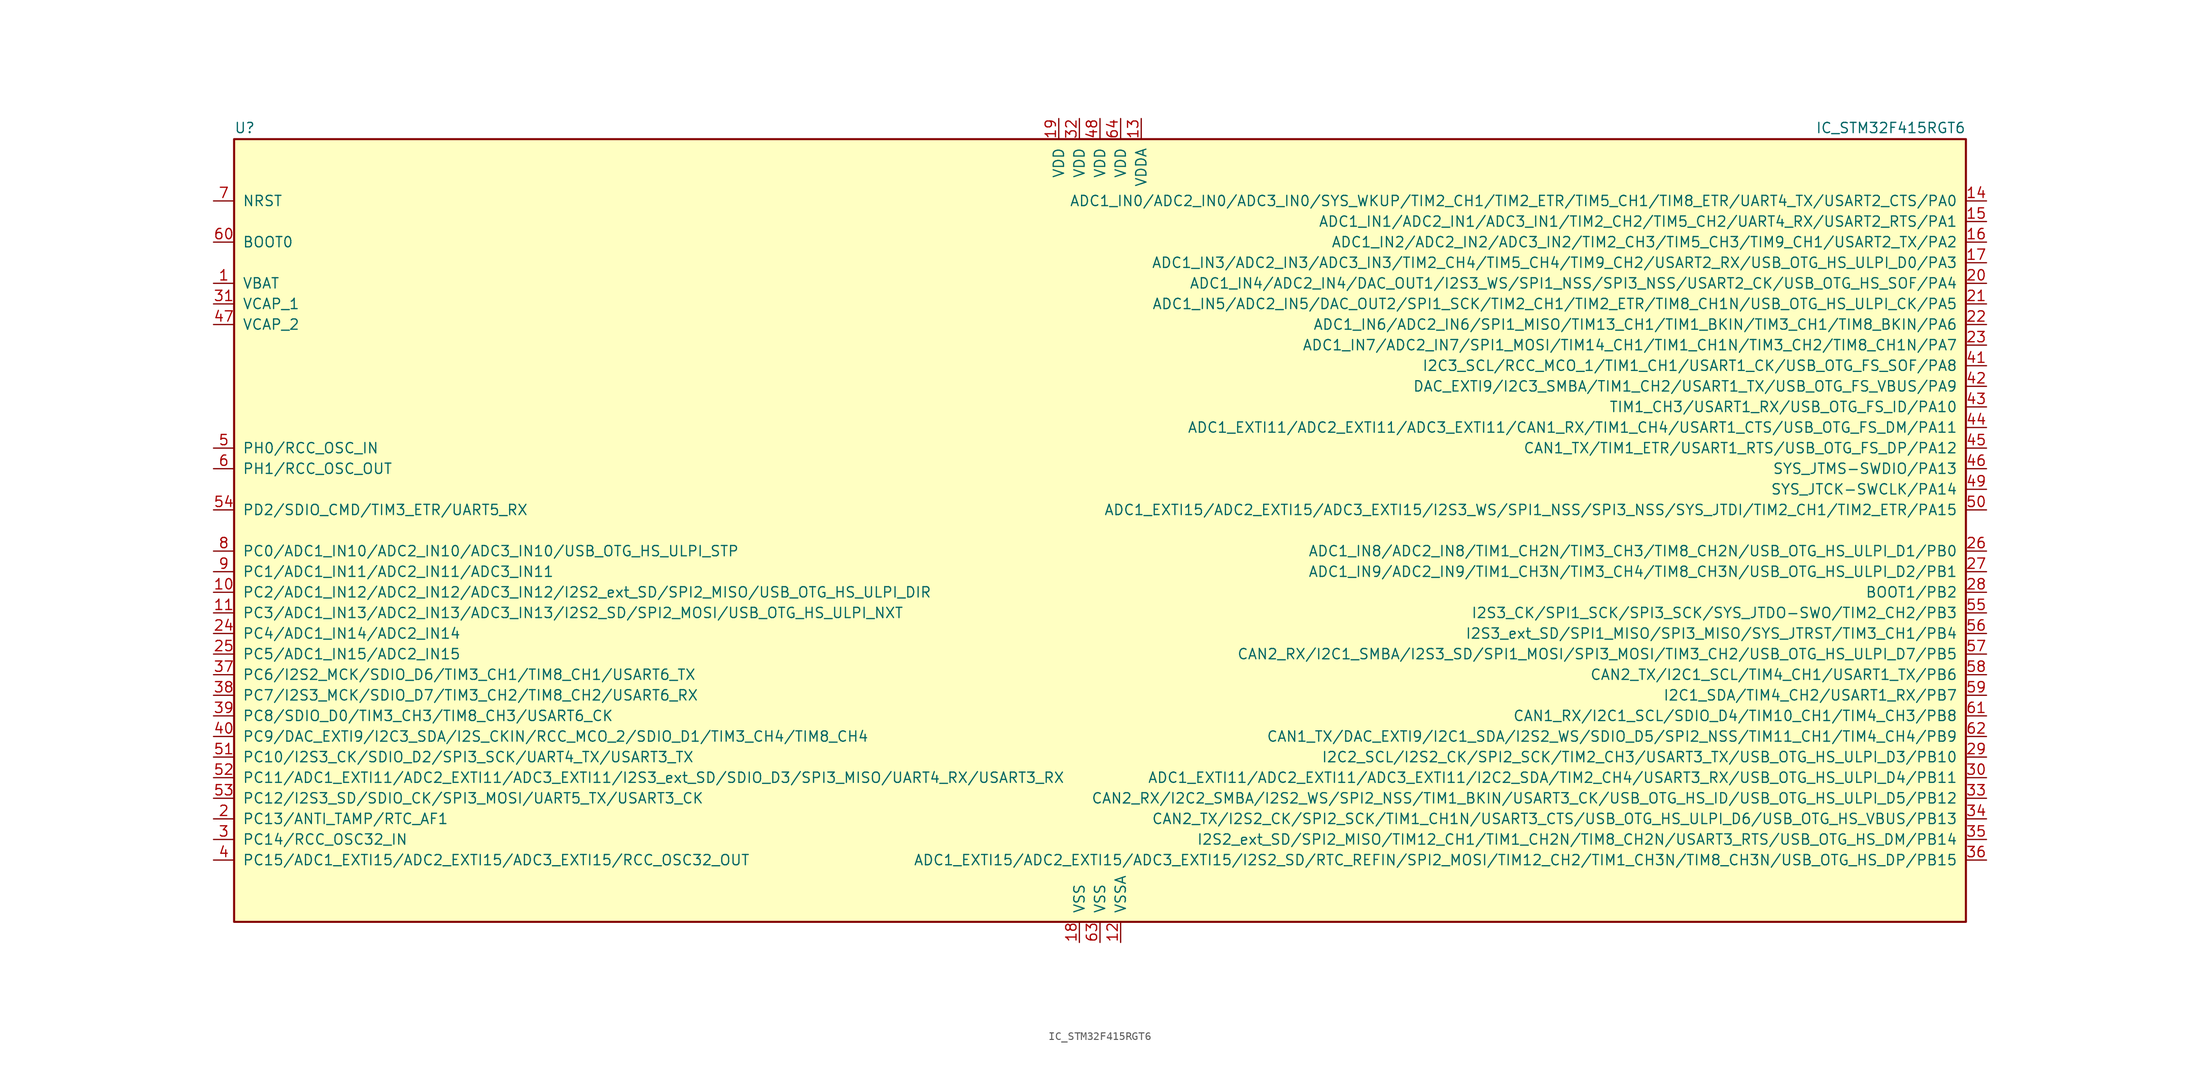
<source format=kicad_sym>
(kicad_symbol_lib
  (version 20211014)
  (generator kicad_symbol_editor)
  (symbol "IC_STM32F415RGT6"
    (pin_names
      (offset 1.016))
    (property "Reference" "U"
      (at -106.68 48.895 0)
      (effects (font (size 1.27 1.27)) (justify left bottom)))
    (property "Value" "IC_STM32F415RGT6"
      (at 106.68 48.895 0)
      (effects (font (size 1.27 1.27)) (justify right bottom)))
    (property "ki_locked" ""
      (at 0 0 0)
      (effects (font (size 1.27 1.27))))
    (symbol "IC_STM32F415RGT6_0_1"
      (rectangle (start -106.68 -48.26) (end 106.68 48.26) (stroke (width 0.254) (type default) (color 0 0 0 0)) (fill (type background))))
    (symbol "IC_STM32F415RGT6_1_1"
      (pin power_in line (at -109.22 30.48 0) (length 2.54) (name "VBAT" (effects (font (size 1.27 1.27)))) (number "1" (effects (font (size 1.27 1.27)))))
      (pin bidirectional line (at -109.22 -7.62 0) (length 2.54) (name "PC2/ADC1_IN12/ADC2_IN12/ADC3_IN12/I2S2_ext_SD/SPI2_MISO/USB_OTG_HS_ULPI_DIR" (effects (font (size 1.27 1.27)))) (number "10" (effects (font (size 1.27 1.27)))))
      (pin bidirectional line (at -109.22 -10.16 0) (length 2.54) (name "PC3/ADC1_IN13/ADC2_IN13/ADC3_IN13/I2S2_SD/SPI2_MOSI/USB_OTG_HS_ULPI_NXT" (effects (font (size 1.27 1.27)))) (number "11" (effects (font (size 1.27 1.27)))))
      (pin power_in line (at 2.54 -50.8 90) (length 2.54) (name "VSSA" (effects (font (size 1.27 1.27)))) (number "12" (effects (font (size 1.27 1.27)))))
      (pin power_in line (at 5.08 50.8 270) (length 2.54) (name "VDDA" (effects (font (size 1.27 1.27)))) (number "13" (effects (font (size 1.27 1.27)))))
      (pin bidirectional line (at 109.22 40.64 180) (length 2.54) (name "ADC1_IN0/ADC2_IN0/ADC3_IN0/SYS_WKUP/TIM2_CH1/TIM2_ETR/TIM5_CH1/TIM8_ETR/UART4_TX/USART2_CTS/PA0" (effects (font (size 1.27 1.27)))) (number "14" (effects (font (size 1.27 1.27)))))
      (pin bidirectional line (at 109.22 38.1 180) (length 2.54) (name "ADC1_IN1/ADC2_IN1/ADC3_IN1/TIM2_CH2/TIM5_CH2/UART4_RX/USART2_RTS/PA1" (effects (font (size 1.27 1.27)))) (number "15" (effects (font (size 1.27 1.27)))))
      (pin bidirectional line (at 109.22 35.56 180) (length 2.54) (name "ADC1_IN2/ADC2_IN2/ADC3_IN2/TIM2_CH3/TIM5_CH3/TIM9_CH1/USART2_TX/PA2" (effects (font (size 1.27 1.27)))) (number "16" (effects (font (size 1.27 1.27)))))
      (pin bidirectional line (at 109.22 33.02 180) (length 2.54) (name "ADC1_IN3/ADC2_IN3/ADC3_IN3/TIM2_CH4/TIM5_CH4/TIM9_CH2/USART2_RX/USB_OTG_HS_ULPI_D0/PA3" (effects (font (size 1.27 1.27)))) (number "17" (effects (font (size 1.27 1.27)))))
      (pin power_in line (at -2.54 -50.8 90) (length 2.54) (name "VSS" (effects (font (size 1.27 1.27)))) (number "18" (effects (font (size 1.27 1.27)))))
      (pin power_in line (at -5.08 50.8 270) (length 2.54) (name "VDD" (effects (font (size 1.27 1.27)))) (number "19" (effects (font (size 1.27 1.27)))))
      (pin bidirectional line (at -109.22 -35.56 0) (length 2.54) (name "PC13/ANTI_TAMP/RTC_AF1" (effects (font (size 1.27 1.27)))) (number "2" (effects (font (size 1.27 1.27)))))
      (pin bidirectional line (at 109.22 30.48 180) (length 2.54) (name "ADC1_IN4/ADC2_IN4/DAC_OUT1/I2S3_WS/SPI1_NSS/SPI3_NSS/USART2_CK/USB_OTG_HS_SOF/PA4" (effects (font (size 1.27 1.27)))) (number "20" (effects (font (size 1.27 1.27)))))
      (pin bidirectional line (at 109.22 27.94 180) (length 2.54) (name "ADC1_IN5/ADC2_IN5/DAC_OUT2/SPI1_SCK/TIM2_CH1/TIM2_ETR/TIM8_CH1N/USB_OTG_HS_ULPI_CK/PA5" (effects (font (size 1.27 1.27)))) (number "21" (effects (font (size 1.27 1.27)))))
      (pin bidirectional line (at 109.22 25.4 180) (length 2.54) (name "ADC1_IN6/ADC2_IN6/SPI1_MISO/TIM13_CH1/TIM1_BKIN/TIM3_CH1/TIM8_BKIN/PA6" (effects (font (size 1.27 1.27)))) (number "22" (effects (font (size 1.27 1.27)))))
      (pin bidirectional line (at 109.22 22.86 180) (length 2.54) (name "ADC1_IN7/ADC2_IN7/SPI1_MOSI/TIM14_CH1/TIM1_CH1N/TIM3_CH2/TIM8_CH1N/PA7" (effects (font (size 1.27 1.27)))) (number "23" (effects (font (size 1.27 1.27)))))
      (pin bidirectional line (at -109.22 -12.7 0) (length 2.54) (name "PC4/ADC1_IN14/ADC2_IN14" (effects (font (size 1.27 1.27)))) (number "24" (effects (font (size 1.27 1.27)))))
      (pin bidirectional line (at -109.22 -15.24 0) (length 2.54) (name "PC5/ADC1_IN15/ADC2_IN15" (effects (font (size 1.27 1.27)))) (number "25" (effects (font (size 1.27 1.27)))))
      (pin bidirectional line (at 109.22 -2.54 180) (length 2.54) (name "ADC1_IN8/ADC2_IN8/TIM1_CH2N/TIM3_CH3/TIM8_CH2N/USB_OTG_HS_ULPI_D1/PB0" (effects (font (size 1.27 1.27)))) (number "26" (effects (font (size 1.27 1.27)))))
      (pin bidirectional line (at 109.22 -5.08 180) (length 2.54) (name "ADC1_IN9/ADC2_IN9/TIM1_CH3N/TIM3_CH4/TIM8_CH3N/USB_OTG_HS_ULPI_D2/PB1" (effects (font (size 1.27 1.27)))) (number "27" (effects (font (size 1.27 1.27)))))
      (pin bidirectional line (at 109.22 -7.62 180) (length 2.54) (name "BOOT1/PB2" (effects (font (size 1.27 1.27)))) (number "28" (effects (font (size 1.27 1.27)))))
      (pin bidirectional line (at 109.22 -27.94 180) (length 2.54) (name "I2C2_SCL/I2S2_CK/SPI2_SCK/TIM2_CH3/USART3_TX/USB_OTG_HS_ULPI_D3/PB10" (effects (font (size 1.27 1.27)))) (number "29" (effects (font (size 1.27 1.27)))))
      (pin bidirectional line (at -109.22 -38.1 0) (length 2.54) (name "PC14/RCC_OSC32_IN" (effects (font (size 1.27 1.27)))) (number "3" (effects (font (size 1.27 1.27)))))
      (pin bidirectional line (at 109.22 -30.48 180) (length 2.54) (name "ADC1_EXTI11/ADC2_EXTI11/ADC3_EXTI11/I2C2_SDA/TIM2_CH4/USART3_RX/USB_OTG_HS_ULPI_D4/PB11" (effects (font (size 1.27 1.27)))) (number "30" (effects (font (size 1.27 1.27)))))
      (pin power_in line (at -109.22 27.94 0) (length 2.54) (name "VCAP_1" (effects (font (size 1.27 1.27)))) (number "31" (effects (font (size 1.27 1.27)))))
      (pin power_in line (at -2.54 50.8 270) (length 2.54) (name "VDD" (effects (font (size 1.27 1.27)))) (number "32" (effects (font (size 1.27 1.27)))))
      (pin bidirectional line (at 109.22 -33.02 180) (length 2.54) (name "CAN2_RX/I2C2_SMBA/I2S2_WS/SPI2_NSS/TIM1_BKIN/USART3_CK/USB_OTG_HS_ID/USB_OTG_HS_ULPI_D5/PB12" (effects (font (size 1.27 1.27)))) (number "33" (effects (font (size 1.27 1.27)))))
      (pin bidirectional line (at 109.22 -35.56 180) (length 2.54) (name "CAN2_TX/I2S2_CK/SPI2_SCK/TIM1_CH1N/USART3_CTS/USB_OTG_HS_ULPI_D6/USB_OTG_HS_VBUS/PB13" (effects (font (size 1.27 1.27)))) (number "34" (effects (font (size 1.27 1.27)))))
      (pin bidirectional line (at 109.22 -38.1 180) (length 2.54) (name "I2S2_ext_SD/SPI2_MISO/TIM12_CH1/TIM1_CH2N/TIM8_CH2N/USART3_RTS/USB_OTG_HS_DM/PB14" (effects (font (size 1.27 1.27)))) (number "35" (effects (font (size 1.27 1.27)))))
      (pin bidirectional line (at 109.22 -40.64 180) (length 2.54) (name "ADC1_EXTI15/ADC2_EXTI15/ADC3_EXTI15/I2S2_SD/RTC_REFIN/SPI2_MOSI/TIM12_CH2/TIM1_CH3N/TIM8_CH3N/USB_OTG_HS_DP/PB15" (effects (font (size 1.27 1.27)))) (number "36" (effects (font (size 1.27 1.27)))))
      (pin bidirectional line (at -109.22 -17.78 0) (length 2.54) (name "PC6/I2S2_MCK/SDIO_D6/TIM3_CH1/TIM8_CH1/USART6_TX" (effects (font (size 1.27 1.27)))) (number "37" (effects (font (size 1.27 1.27)))))
      (pin bidirectional line (at -109.22 -20.32 0) (length 2.54) (name "PC7/I2S3_MCK/SDIO_D7/TIM3_CH2/TIM8_CH2/USART6_RX" (effects (font (size 1.27 1.27)))) (number "38" (effects (font (size 1.27 1.27)))))
      (pin bidirectional line (at -109.22 -22.86 0) (length 2.54) (name "PC8/SDIO_D0/TIM3_CH3/TIM8_CH3/USART6_CK" (effects (font (size 1.27 1.27)))) (number "39" (effects (font (size 1.27 1.27)))))
      (pin bidirectional line (at -109.22 -40.64 0) (length 2.54) (name "PC15/ADC1_EXTI15/ADC2_EXTI15/ADC3_EXTI15/RCC_OSC32_OUT" (effects (font (size 1.27 1.27)))) (number "4" (effects (font (size 1.27 1.27)))))
      (pin bidirectional line (at -109.22 -25.4 0) (length 2.54) (name "PC9/DAC_EXTI9/I2C3_SDA/I2S_CKIN/RCC_MCO_2/SDIO_D1/TIM3_CH4/TIM8_CH4" (effects (font (size 1.27 1.27)))) (number "40" (effects (font (size 1.27 1.27)))))
      (pin bidirectional line (at 109.22 20.32 180) (length 2.54) (name "I2C3_SCL/RCC_MCO_1/TIM1_CH1/USART1_CK/USB_OTG_FS_SOF/PA8" (effects (font (size 1.27 1.27)))) (number "41" (effects (font (size 1.27 1.27)))))
      (pin bidirectional line (at 109.22 17.78 180) (length 2.54) (name "DAC_EXTI9/I2C3_SMBA/TIM1_CH2/USART1_TX/USB_OTG_FS_VBUS/PA9" (effects (font (size 1.27 1.27)))) (number "42" (effects (font (size 1.27 1.27)))))
      (pin bidirectional line (at 109.22 15.24 180) (length 2.54) (name "TIM1_CH3/USART1_RX/USB_OTG_FS_ID/PA10" (effects (font (size 1.27 1.27)))) (number "43" (effects (font (size 1.27 1.27)))))
      (pin bidirectional line (at 109.22 12.7 180) (length 2.54) (name "ADC1_EXTI11/ADC2_EXTI11/ADC3_EXTI11/CAN1_RX/TIM1_CH4/USART1_CTS/USB_OTG_FS_DM/PA11" (effects (font (size 1.27 1.27)))) (number "44" (effects (font (size 1.27 1.27)))))
      (pin bidirectional line (at 109.22 10.16 180) (length 2.54) (name "CAN1_TX/TIM1_ETR/USART1_RTS/USB_OTG_FS_DP/PA12" (effects (font (size 1.27 1.27)))) (number "45" (effects (font (size 1.27 1.27)))))
      (pin bidirectional line (at 109.22 7.62 180) (length 2.54) (name "SYS_JTMS-SWDIO/PA13" (effects (font (size 1.27 1.27)))) (number "46" (effects (font (size 1.27 1.27)))))
      (pin power_in line (at -109.22 25.4 0) (length 2.54) (name "VCAP_2" (effects (font (size 1.27 1.27)))) (number "47" (effects (font (size 1.27 1.27)))))
      (pin power_in line (at 0 50.8 270) (length 2.54) (name "VDD" (effects (font (size 1.27 1.27)))) (number "48" (effects (font (size 1.27 1.27)))))
      (pin bidirectional line (at 109.22 5.08 180) (length 2.54) (name "SYS_JTCK-SWCLK/PA14" (effects (font (size 1.27 1.27)))) (number "49" (effects (font (size 1.27 1.27)))))
      (pin input line (at -109.22 10.16 0) (length 2.54) (name "PH0/RCC_OSC_IN" (effects (font (size 1.27 1.27)))) (number "5" (effects (font (size 1.27 1.27)))))
      (pin bidirectional line (at 109.22 2.54 180) (length 2.54) (name "ADC1_EXTI15/ADC2_EXTI15/ADC3_EXTI15/I2S3_WS/SPI1_NSS/SPI3_NSS/SYS_JTDI/TIM2_CH1/TIM2_ETR/PA15" (effects (font (size 1.27 1.27)))) (number "50" (effects (font (size 1.27 1.27)))))
      (pin bidirectional line (at -109.22 -27.94 0) (length 2.54) (name "PC10/I2S3_CK/SDIO_D2/SPI3_SCK/UART4_TX/USART3_TX" (effects (font (size 1.27 1.27)))) (number "51" (effects (font (size 1.27 1.27)))))
      (pin bidirectional line (at -109.22 -30.48 0) (length 2.54) (name "PC11/ADC1_EXTI11/ADC2_EXTI11/ADC3_EXTI11/I2S3_ext_SD/SDIO_D3/SPI3_MISO/UART4_RX/USART3_RX" (effects (font (size 1.27 1.27)))) (number "52" (effects (font (size 1.27 1.27)))))
      (pin bidirectional line (at -109.22 -33.02 0) (length 2.54) (name "PC12/I2S3_SD/SDIO_CK/SPI3_MOSI/UART5_TX/USART3_CK" (effects (font (size 1.27 1.27)))) (number "53" (effects (font (size 1.27 1.27)))))
      (pin bidirectional line (at -109.22 2.54 0) (length 2.54) (name "PD2/SDIO_CMD/TIM3_ETR/UART5_RX" (effects (font (size 1.27 1.27)))) (number "54" (effects (font (size 1.27 1.27)))))
      (pin bidirectional line (at 109.22 -10.16 180) (length 2.54) (name "I2S3_CK/SPI1_SCK/SPI3_SCK/SYS_JTDO-SWO/TIM2_CH2/PB3" (effects (font (size 1.27 1.27)))) (number "55" (effects (font (size 1.27 1.27)))))
      (pin bidirectional line (at 109.22 -12.7 180) (length 2.54) (name "I2S3_ext_SD/SPI1_MISO/SPI3_MISO/SYS_JTRST/TIM3_CH1/PB4" (effects (font (size 1.27 1.27)))) (number "56" (effects (font (size 1.27 1.27)))))
      (pin bidirectional line (at 109.22 -15.24 180) (length 2.54) (name "CAN2_RX/I2C1_SMBA/I2S3_SD/SPI1_MOSI/SPI3_MOSI/TIM3_CH2/USB_OTG_HS_ULPI_D7/PB5" (effects (font (size 1.27 1.27)))) (number "57" (effects (font (size 1.27 1.27)))))
      (pin bidirectional line (at 109.22 -17.78 180) (length 2.54) (name "CAN2_TX/I2C1_SCL/TIM4_CH1/USART1_TX/PB6" (effects (font (size 1.27 1.27)))) (number "58" (effects (font (size 1.27 1.27)))))
      (pin bidirectional line (at 109.22 -20.32 180) (length 2.54) (name "I2C1_SDA/TIM4_CH2/USART1_RX/PB7" (effects (font (size 1.27 1.27)))) (number "59" (effects (font (size 1.27 1.27)))))
      (pin input line (at -109.22 7.62 0) (length 2.54) (name "PH1/RCC_OSC_OUT" (effects (font (size 1.27 1.27)))) (number "6" (effects (font (size 1.27 1.27)))))
      (pin input line (at -109.22 35.56 0) (length 2.54) (name "BOOT0" (effects (font (size 1.27 1.27)))) (number "60" (effects (font (size 1.27 1.27)))))
      (pin bidirectional line (at 109.22 -22.86 180) (length 2.54) (name "CAN1_RX/I2C1_SCL/SDIO_D4/TIM10_CH1/TIM4_CH3/PB8" (effects (font (size 1.27 1.27)))) (number "61" (effects (font (size 1.27 1.27)))))
      (pin bidirectional line (at 109.22 -25.4 180) (length 2.54) (name "CAN1_TX/DAC_EXTI9/I2C1_SDA/I2S2_WS/SDIO_D5/SPI2_NSS/TIM11_CH1/TIM4_CH4/PB9" (effects (font (size 1.27 1.27)))) (number "62" (effects (font (size 1.27 1.27)))))
      (pin power_in line (at 0 -50.8 90) (length 2.54) (name "VSS" (effects (font (size 1.27 1.27)))) (number "63" (effects (font (size 1.27 1.27)))))
      (pin power_in line (at 2.54 50.8 270) (length 2.54) (name "VDD" (effects (font (size 1.27 1.27)))) (number "64" (effects (font (size 1.27 1.27)))))
      (pin input line (at -109.22 40.64 0) (length 2.54) (name "NRST" (effects (font (size 1.27 1.27)))) (number "7" (effects (font (size 1.27 1.27)))))
      (pin bidirectional line (at -109.22 -2.54 0) (length 2.54) (name "PC0/ADC1_IN10/ADC2_IN10/ADC3_IN10/USB_OTG_HS_ULPI_STP" (effects (font (size 1.27 1.27)))) (number "8" (effects (font (size 1.27 1.27)))))
      (pin bidirectional line (at -109.22 -5.08 0) (length 2.54) (name "PC1/ADC1_IN11/ADC2_IN11/ADC3_IN11" (effects (font (size 1.27 1.27)))) (number "9" (effects (font (size 1.27 1.27))))))))
</source>
